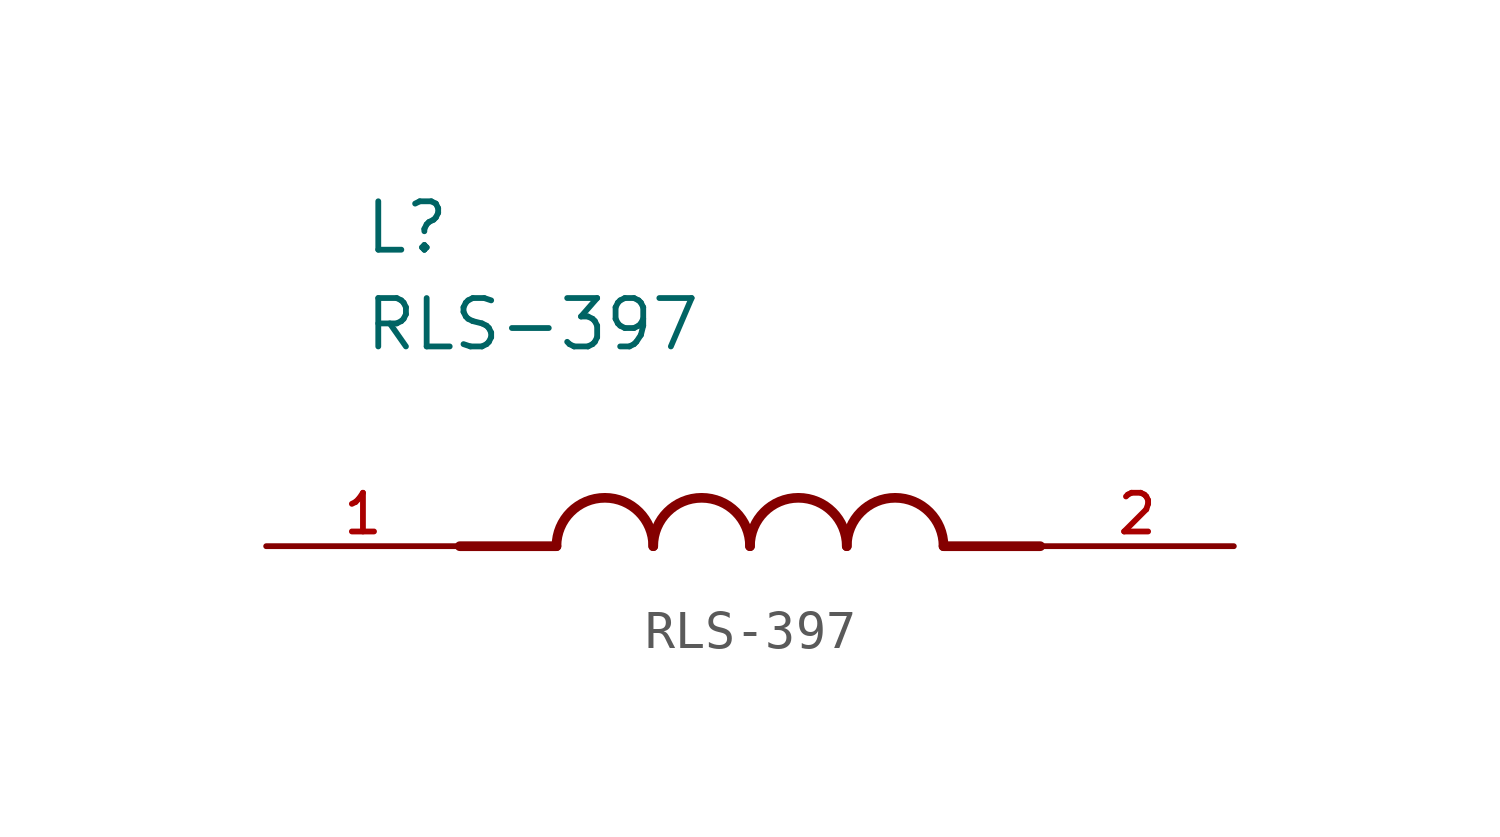
<source format=kicad_sym>
(kicad_symbol_lib
  (version 20231120)
  (generator "kicad_symbol_editor")
  (generator_version "8.0")
  (symbol "RLS-397"
    (pin_names
      (offset 1.016))
    (property "Reference" "L"
      (at -10.16 7.62 0)
      (effects (font (size 1.27 1.27)) (justify left bottom)))
    (property "Value" "RLS-397"
      (at -10.16 5.08 0)
      (effects (font (size 1.27 1.27)) (justify left bottom)))
    (symbol "RLS-397_0_0"
      (arc (start -2.54 0) (mid -3.81 1.2645) (end -5.08 0) (stroke (width 0.254) (type default)) (fill (type none)))
      (arc (start 0 0) (mid -1.27 1.2645) (end -2.54 0) (stroke (width 0.254) (type default)) (fill (type none)))
      (polyline (pts (xy -5.08 0) (xy -7.62 0)) (stroke (width 0.254) (type default)) (fill (type none)))
      (polyline (pts (xy 5.08 0) (xy 7.62 0)) (stroke (width 0.254) (type default)) (fill (type none)))
      (arc (start 2.54 0) (mid 1.27 1.2645) (end 0 0) (stroke (width 0.254) (type default)) (fill (type none)))
      (arc (start 5.08 0) (mid 3.81 1.2645) (end 2.54 0) (stroke (width 0.254) (type default)) (fill (type none)))
      (pin passive line (at -12.7 0 0) (length 5.08) (name "~" (effects (font (size 1.016 1.016)))) (number "1" (effects (font (size 1.016 1.016)))))
      (pin passive line (at 12.7 0 180) (length 5.08) (name "~" (effects (font (size 1.016 1.016)))) (number "2" (effects (font (size 1.016 1.016))))))))
</source>
